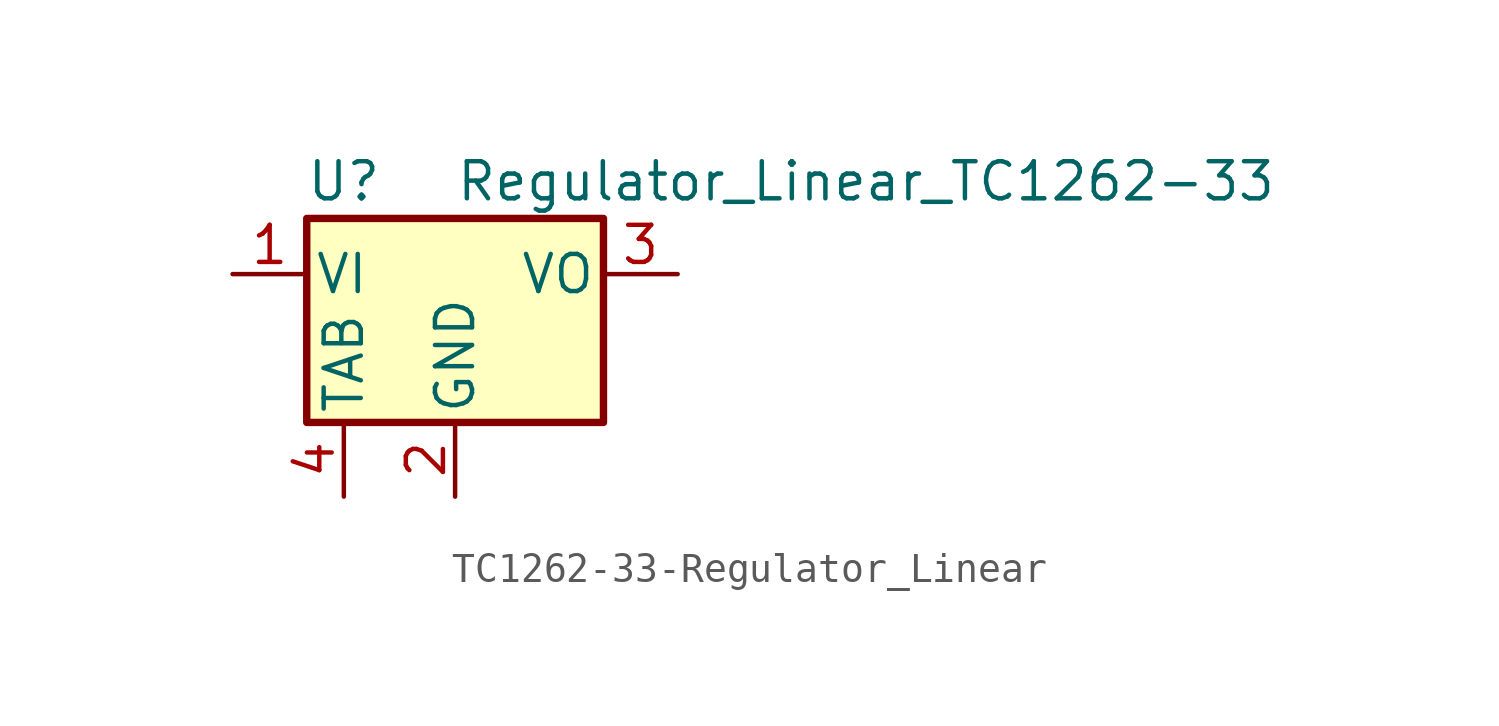
<source format=kicad_sym>
(kicad_symbol_lib
  (version 20220914)
  (generator kicad_symbol_editor)
  (symbol "TC1262-33-Regulator_Linear"
    (pin_names
      (offset 0.254))
    (property "Reference" "U"
      (at -3.81 3.175 0)
      (effects (font (size 1.27 1.27))))
    (property "Value" "Regulator_Linear_TC1262-33"
      (at 0 3.175 0)
      (effects (font (size 1.27 1.27)) (justify left)))
    (symbol "TC1262-33-Regulator_Linear_1_1"
      (rectangle (start -5.08 1.905) (end 5.08 -5.08) (stroke (width 0.254) (type solid)) (fill (type background)))
      (pin power_in line (at -7.62 0 0) (length 2.54) (name "VI" (effects (font (size 1.27 1.27)))) (number "1" (effects (font (size 1.27 1.27)))))
      (pin power_in line (at 0 -7.62 90) (length 2.54) (name "GND" (effects (font (size 1.27 1.27)))) (number "2" (effects (font (size 1.27 1.27)))))
      (pin power_out line (at 7.62 0 180) (length 2.54) (name "VO" (effects (font (size 1.27 1.27)))) (number "3" (effects (font (size 1.27 1.27)))))
      (pin input line (at -3.81 -7.62 90) (length 2.54) (name "TAB" (effects (font (size 1.27 1.27)))) (number "4" (effects (font (size 1.27 1.27))))))))
</source>
